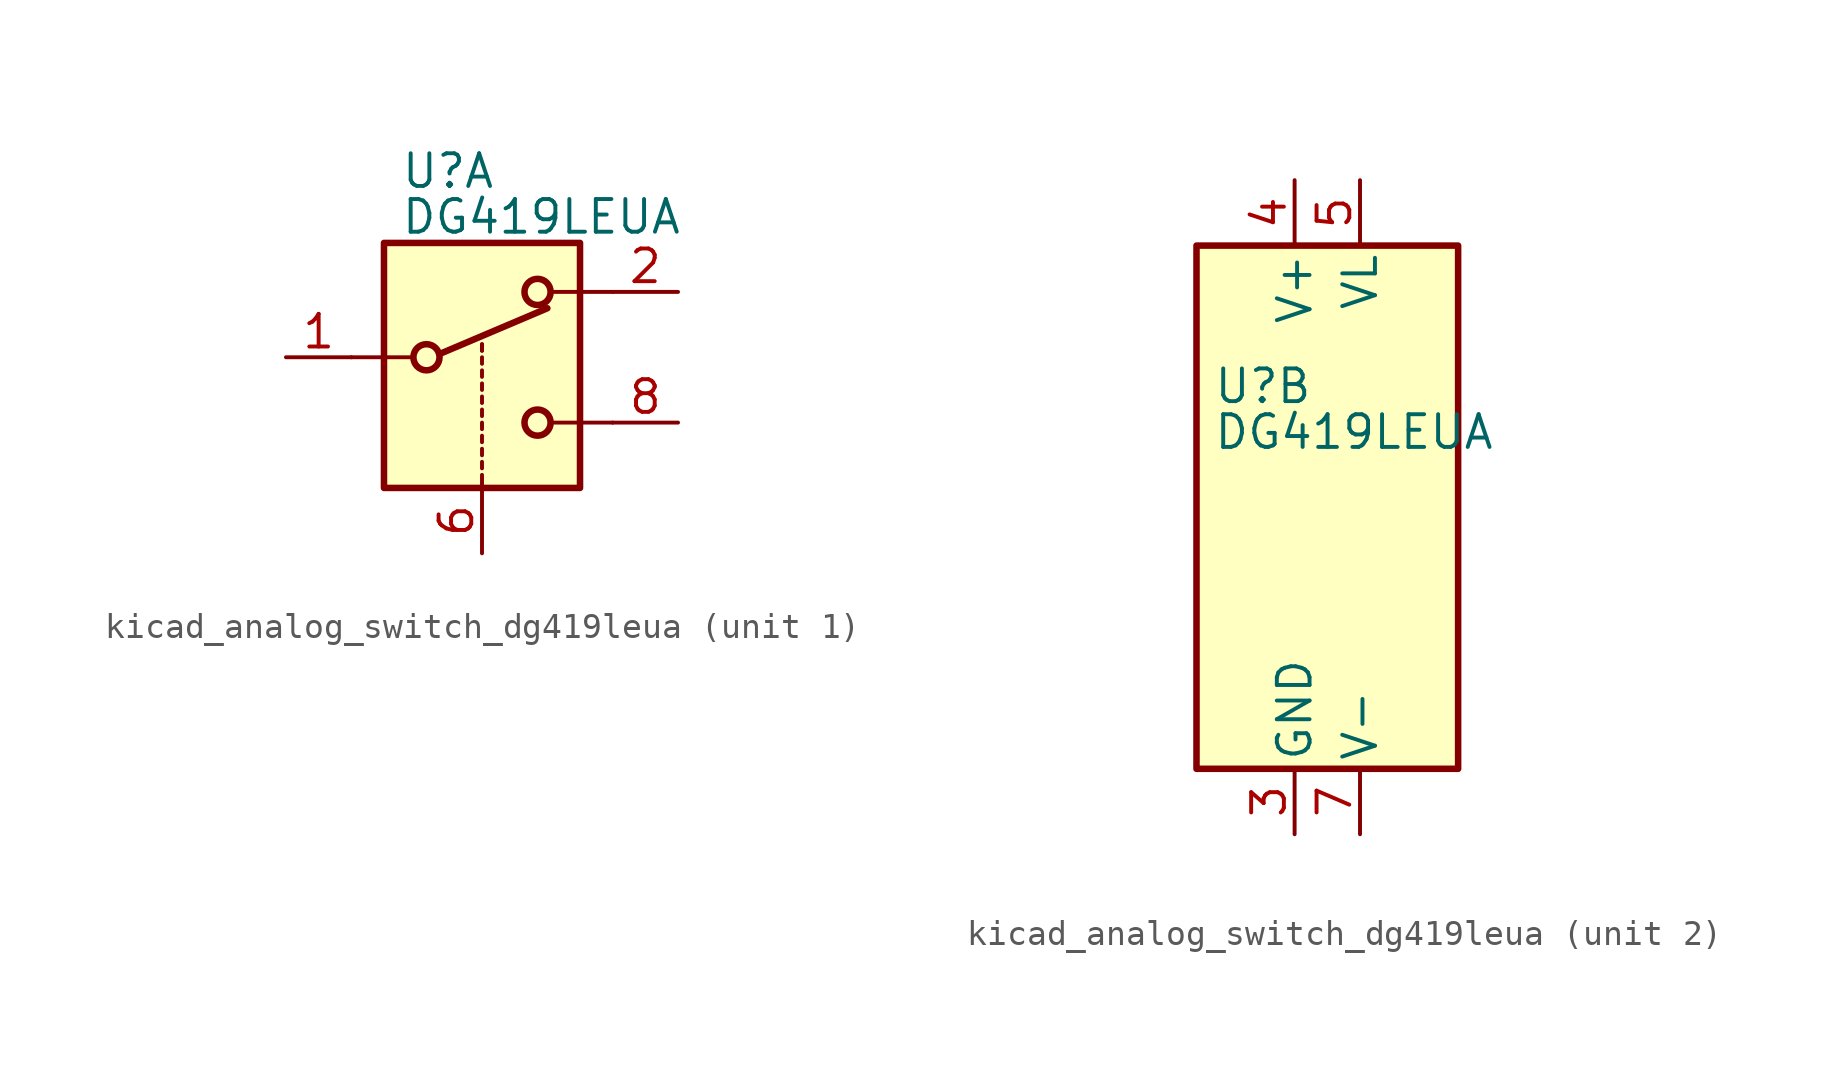
<source format=kicad_sym>
(kicad_symbol_lib
  (version 20220914)
  (generator kicad_symbol_editor)
  (symbol "kicad_analog_switch_dg419leua"
    (pin_names
      (offset 0.254))
    (property "Reference" "U"
      (at -3.175 4.699 0)
      (effects (font (size 1.27 1.27)) (justify left)))
    (property "Value" "DG419LEUA"
      (at -3.175 2.921 0)
      (effects (font (size 1.27 1.27)) (justify left)))
    (symbol "kicad_analog_switch_dg419leua_1_1"
      (rectangle (start -3.81 1.905) (end 3.81 -7.62) (stroke (width 0.254) (type default)) (fill (type background)))
      (circle (center -2.159 -2.54) (radius 0.508) (stroke (width 0.254) (type default)) (fill (type none)))
      (polyline (pts (xy -5.08 -2.54) (xy -2.794 -2.54)) (stroke (width 0) (type default)) (fill (type none)))
      (polyline (pts (xy -1.651 -2.413) (xy 2.54 -0.635)) (stroke (width 0.254) (type default)) (fill (type none)))
      (polyline (pts (xy 0 -7.62) (xy 0 -7.112)) (stroke (width 0) (type default)) (fill (type none)))
      (polyline (pts (xy 0 -6.858) (xy 0 -6.604)) (stroke (width 0) (type default)) (fill (type none)))
      (polyline (pts (xy 0 -6.35) (xy 0 -6.096)) (stroke (width 0) (type default)) (fill (type none)))
      (polyline (pts (xy 0 -5.842) (xy 0 -5.588)) (stroke (width 0) (type default)) (fill (type none)))
      (polyline (pts (xy 0 -5.334) (xy 0 -5.08)) (stroke (width 0) (type default)) (fill (type none)))
      (polyline (pts (xy 0 -4.826) (xy 0 -4.572)) (stroke (width 0) (type default)) (fill (type none)))
      (polyline (pts (xy 0 -4.318) (xy 0 -4.064)) (stroke (width 0) (type default)) (fill (type none)))
      (polyline (pts (xy 0 -3.81) (xy 0 -3.556)) (stroke (width 0) (type default)) (fill (type none)))
      (polyline (pts (xy 0 -3.302) (xy 0 -3.048)) (stroke (width 0) (type default)) (fill (type none)))
      (polyline (pts (xy 0 -2.794) (xy 0 -2.54)) (stroke (width 0) (type default)) (fill (type none)))
      (polyline (pts (xy 0 -2.286) (xy 0 -2.032)) (stroke (width 0) (type default)) (fill (type none)))
      (polyline (pts (xy 0 -2.286) (xy 0 -2.032)) (stroke (width 0) (type default)) (fill (type none)))
      (polyline (pts (xy 5.08 -5.08) (xy 2.794 -5.08)) (stroke (width 0) (type default)) (fill (type none)))
      (polyline (pts (xy 5.08 0) (xy 2.794 0)) (stroke (width 0) (type default)) (fill (type none)))
      (circle (center 2.159 -5.08) (radius 0.508) (stroke (width 0.254) (type default)) (fill (type none)))
      (circle (center 2.159 0) (radius 0.508) (stroke (width 0.254) (type default)) (fill (type none)))
      (pin passive line (at -7.62 -2.54 0) (length 2.54) (name "~" (effects (font (size 1.27 1.27)))) (number "1" (effects (font (size 1.27 1.27)))))
      (pin passive line (at 7.62 0 180) (length 2.54) (name "~" (effects (font (size 1.27 1.27)))) (number "2" (effects (font (size 1.27 1.27)))))
      (pin input line (at 0 -10.16 90) (length 2.54) (name "~" (effects (font (size 1.27 1.27)))) (number "6" (effects (font (size 1.27 1.27)))))
      (pin passive line (at 7.62 -5.08 180) (length 2.54) (name "~" (effects (font (size 1.27 1.27)))) (number "8" (effects (font (size 1.27 1.27))))))
    (symbol "kicad_analog_switch_dg419leua_2_0"
      (pin power_in line (at 0 -12.7 90) (length 2.54) (name "GND" (effects (font (size 1.27 1.27)))) (number "3" (effects (font (size 1.27 1.27)))))
      (pin power_in line (at 0 12.7 270) (length 2.54) (name "V+" (effects (font (size 1.27 1.27)))) (number "4" (effects (font (size 1.27 1.27)))))
      (pin power_in line (at 2.54 12.7 270) (length 2.54) (name "VL" (effects (font (size 1.27 1.27)))) (number "5" (effects (font (size 1.27 1.27)))))
      (pin power_in line (at 2.54 -12.7 90) (length 2.54) (name "V-" (effects (font (size 1.27 1.27)))) (number "7" (effects (font (size 1.27 1.27))))))
    (symbol "kicad_analog_switch_dg419leua_2_1"
      (rectangle (start -3.81 10.16) (end 6.35 -10.16) (stroke (width 0.254) (type default)) (fill (type background))))))
</source>
